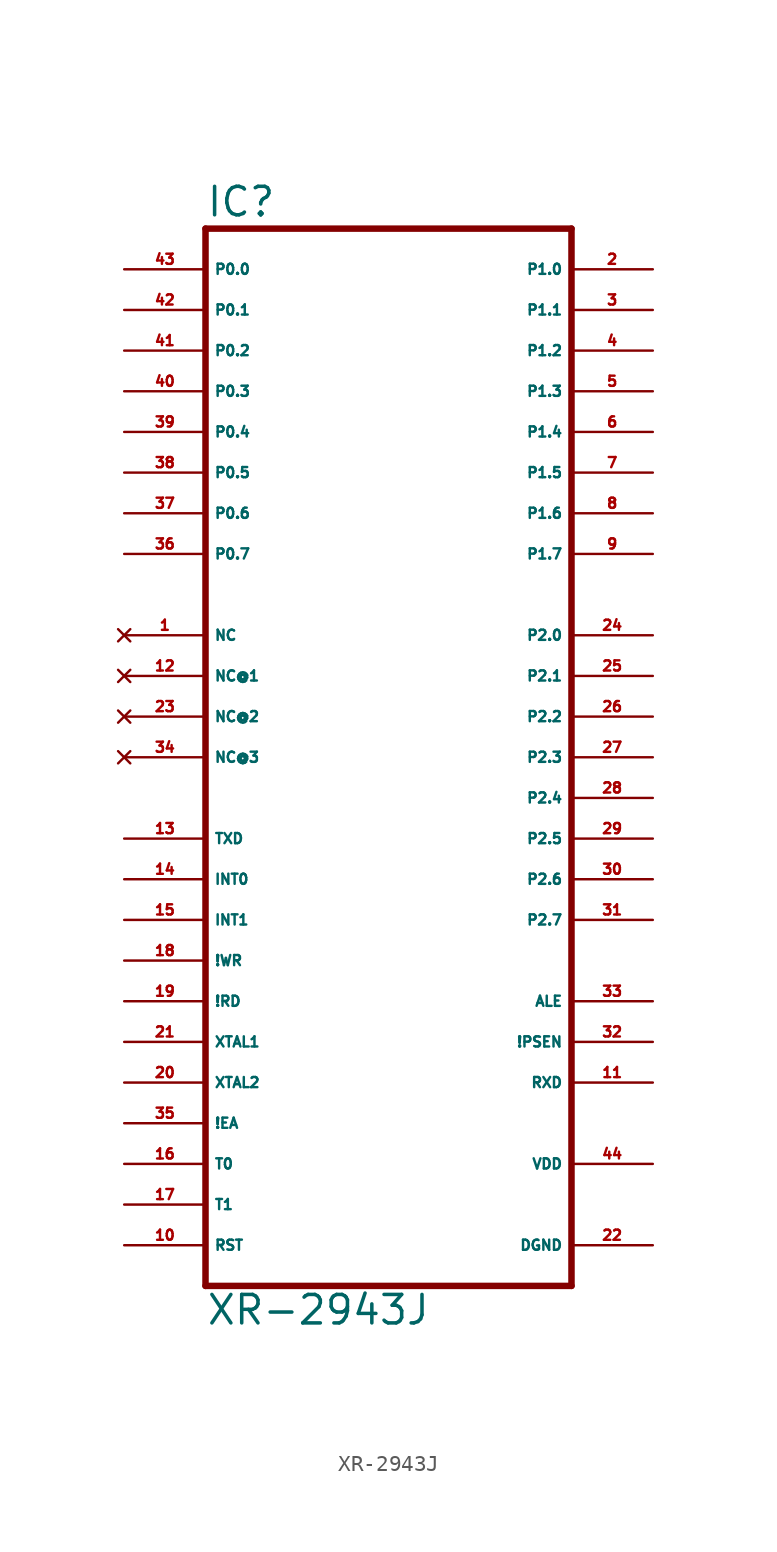
<source format=kicad_sym>
(kicad_symbol_lib
  (version 20220914)
  (generator Eagle2Kicad)
  (symbol "XR-2943J"
    (property "Reference" "IC"
      (at -12.7 31.115 0)
      (effects (font (size 1.778 1.778) (thickness 0.22)) (justify left bottom)))
    (property "Value" "XR-2943J"
      (at -12.7 -38.1 0)
      (effects (font (size 1.778 1.778) (thickness 0.22)) (justify left bottom)))
    (polyline
      (pts (xy -12.7 30.48) (xy 10.16 30.48))
      (stroke (width 0.406) (type default))
      (fill (type none)))
    (polyline
      (pts (xy 10.16 30.48) (xy 10.16 -35.56))
      (stroke (width 0.406) (type default))
      (fill (type none)))
    (polyline
      (pts (xy 10.16 -35.56) (xy -12.7 -35.56))
      (stroke (width 0.406) (type default))
      (fill (type none)))
    (polyline
      (pts (xy -12.7 -35.56) (xy -12.7 30.48))
      (stroke (width 0.406) (type default))
      (fill (type none)))
    (pin bidirectional line
      (at -17.78 27.94 0)
      (length 5.08)
      (name "P0.0" (effects (font (size 0.635 0.635) (thickness 0.08)) (justify left bottom)))
      (number "43" (effects (font (size 0.635 0.635) (thickness 0.08)) (justify left bottom))))
    (pin bidirectional line
      (at -17.78 25.4 0)
      (length 5.08)
      (name "P0.1" (effects (font (size 0.635 0.635) (thickness 0.08)) (justify left bottom)))
      (number "42" (effects (font (size 0.635 0.635) (thickness 0.08)) (justify left bottom))))
    (pin bidirectional line
      (at -17.78 22.86 0)
      (length 5.08)
      (name "P0.2" (effects (font (size 0.635 0.635) (thickness 0.08)) (justify left bottom)))
      (number "41" (effects (font (size 0.635 0.635) (thickness 0.08)) (justify left bottom))))
    (pin bidirectional line
      (at -17.78 20.32 0)
      (length 5.08)
      (name "P0.3" (effects (font (size 0.635 0.635) (thickness 0.08)) (justify left bottom)))
      (number "40" (effects (font (size 0.635 0.635) (thickness 0.08)) (justify left bottom))))
    (pin bidirectional line
      (at -17.78 17.78 0)
      (length 5.08)
      (name "P0.4" (effects (font (size 0.635 0.635) (thickness 0.08)) (justify left bottom)))
      (number "39" (effects (font (size 0.635 0.635) (thickness 0.08)) (justify left bottom))))
    (pin bidirectional line
      (at -17.78 15.24 0)
      (length 5.08)
      (name "P0.5" (effects (font (size 0.635 0.635) (thickness 0.08)) (justify left bottom)))
      (number "38" (effects (font (size 0.635 0.635) (thickness 0.08)) (justify left bottom))))
    (pin bidirectional line
      (at -17.78 12.7 0)
      (length 5.08)
      (name "P0.6" (effects (font (size 0.635 0.635) (thickness 0.08)) (justify left bottom)))
      (number "37" (effects (font (size 0.635 0.635) (thickness 0.08)) (justify left bottom))))
    (pin bidirectional line
      (at -17.78 10.16 0)
      (length 5.08)
      (name "P0.7" (effects (font (size 0.635 0.635) (thickness 0.08)) (justify left bottom)))
      (number "36" (effects (font (size 0.635 0.635) (thickness 0.08)) (justify left bottom))))
    (pin bidirectional line
      (at 15.24 25.4 180)
      (length 5.08)
      (name "P1.1" (effects (font (size 0.635 0.635) (thickness 0.08)) (justify left bottom)))
      (number "3" (effects (font (size 0.635 0.635) (thickness 0.08)) (justify left bottom))))
    (pin bidirectional line
      (at 15.24 22.86 180)
      (length 5.08)
      (name "P1.2" (effects (font (size 0.635 0.635) (thickness 0.08)) (justify left bottom)))
      (number "4" (effects (font (size 0.635 0.635) (thickness 0.08)) (justify left bottom))))
    (pin bidirectional line
      (at 15.24 20.32 180)
      (length 5.08)
      (name "P1.3" (effects (font (size 0.635 0.635) (thickness 0.08)) (justify left bottom)))
      (number "5" (effects (font (size 0.635 0.635) (thickness 0.08)) (justify left bottom))))
    (pin bidirectional line
      (at 15.24 17.78 180)
      (length 5.08)
      (name "P1.4" (effects (font (size 0.635 0.635) (thickness 0.08)) (justify left bottom)))
      (number "6" (effects (font (size 0.635 0.635) (thickness 0.08)) (justify left bottom))))
    (pin bidirectional line
      (at 15.24 15.24 180)
      (length 5.08)
      (name "P1.5" (effects (font (size 0.635 0.635) (thickness 0.08)) (justify left bottom)))
      (number "7" (effects (font (size 0.635 0.635) (thickness 0.08)) (justify left bottom))))
    (pin bidirectional line
      (at 15.24 12.7 180)
      (length 5.08)
      (name "P1.6" (effects (font (size 0.635 0.635) (thickness 0.08)) (justify left bottom)))
      (number "8" (effects (font (size 0.635 0.635) (thickness 0.08)) (justify left bottom))))
    (pin bidirectional line
      (at 15.24 10.16 180)
      (length 5.08)
      (name "P1.7" (effects (font (size 0.635 0.635) (thickness 0.08)) (justify left bottom)))
      (number "9" (effects (font (size 0.635 0.635) (thickness 0.08)) (justify left bottom))))
    (pin bidirectional line
      (at 15.24 27.94 180)
      (length 5.08)
      (name "P1.0" (effects (font (size 0.635 0.635) (thickness 0.08)) (justify left bottom)))
      (number "2" (effects (font (size 0.635 0.635) (thickness 0.08)) (justify left bottom))))
    (pin input line
      (at -17.78 -7.62 0)
      (length 5.08)
      (name "TXD" (effects (font (size 0.635 0.635) (thickness 0.08)) (justify left bottom)))
      (number "13" (effects (font (size 0.635 0.635) (thickness 0.08)) (justify left bottom))))
    (pin input line
      (at -17.78 -10.16 0)
      (length 5.08)
      (name "INT0" (effects (font (size 0.635 0.635) (thickness 0.08)) (justify left bottom)))
      (number "14" (effects (font (size 0.635 0.635) (thickness 0.08)) (justify left bottom))))
    (pin input line
      (at -17.78 -12.7 0)
      (length 5.08)
      (name "INT1" (effects (font (size 0.635 0.635) (thickness 0.08)) (justify left bottom)))
      (number "15" (effects (font (size 0.635 0.635) (thickness 0.08)) (justify left bottom))))
    (pin input line
      (at -17.78 -15.24 0)
      (length 5.08)
      (name "!WR" (effects (font (size 0.635 0.635) (thickness 0.08)) (justify left bottom)))
      (number "18" (effects (font (size 0.635 0.635) (thickness 0.08)) (justify left bottom))))
    (pin input line
      (at -17.78 -17.78 0)
      (length 5.08)
      (name "!RD" (effects (font (size 0.635 0.635) (thickness 0.08)) (justify left bottom)))
      (number "19" (effects (font (size 0.635 0.635) (thickness 0.08)) (justify left bottom))))
    (pin input line
      (at -17.78 -20.32 0)
      (length 5.08)
      (name "XTAL1" (effects (font (size 0.635 0.635) (thickness 0.08)) (justify left bottom)))
      (number "21" (effects (font (size 0.635 0.635) (thickness 0.08)) (justify left bottom))))
    (pin input line
      (at -17.78 -22.86 0)
      (length 5.08)
      (name "XTAL2" (effects (font (size 0.635 0.635) (thickness 0.08)) (justify left bottom)))
      (number "20" (effects (font (size 0.635 0.635) (thickness 0.08)) (justify left bottom))))
    (pin output line
      (at 15.24 -20.32 180)
      (length 5.08)
      (name "!PSEN" (effects (font (size 0.635 0.635) (thickness 0.08)) (justify left bottom)))
      (number "32" (effects (font (size 0.635 0.635) (thickness 0.08)) (justify left bottom))))
    (pin output line
      (at 15.24 -17.78 180)
      (length 5.08)
      (name "ALE" (effects (font (size 0.635 0.635) (thickness 0.08)) (justify left bottom)))
      (number "33" (effects (font (size 0.635 0.635) (thickness 0.08)) (justify left bottom))))
    (pin input line
      (at -17.78 -25.4 0)
      (length 5.08)
      (name "!EA" (effects (font (size 0.635 0.635) (thickness 0.08)) (justify left bottom)))
      (number "35" (effects (font (size 0.635 0.635) (thickness 0.08)) (justify left bottom))))
    (pin bidirectional line
      (at 15.24 5.08 180)
      (length 5.08)
      (name "P2.0" (effects (font (size 0.635 0.635) (thickness 0.08)) (justify left bottom)))
      (number "24" (effects (font (size 0.635 0.635) (thickness 0.08)) (justify left bottom))))
    (pin bidirectional line
      (at 15.24 2.54 180)
      (length 5.08)
      (name "P2.1" (effects (font (size 0.635 0.635) (thickness 0.08)) (justify left bottom)))
      (number "25" (effects (font (size 0.635 0.635) (thickness 0.08)) (justify left bottom))))
    (pin bidirectional line
      (at 15.24 0 180)
      (length 5.08)
      (name "P2.2" (effects (font (size 0.635 0.635) (thickness 0.08)) (justify left bottom)))
      (number "26" (effects (font (size 0.635 0.635) (thickness 0.08)) (justify left bottom))))
    (pin bidirectional line
      (at 15.24 -2.54 180)
      (length 5.08)
      (name "P2.3" (effects (font (size 0.635 0.635) (thickness 0.08)) (justify left bottom)))
      (number "27" (effects (font (size 0.635 0.635) (thickness 0.08)) (justify left bottom))))
    (pin bidirectional line
      (at 15.24 -5.08 180)
      (length 5.08)
      (name "P2.4" (effects (font (size 0.635 0.635) (thickness 0.08)) (justify left bottom)))
      (number "28" (effects (font (size 0.635 0.635) (thickness 0.08)) (justify left bottom))))
    (pin bidirectional line
      (at 15.24 -7.62 180)
      (length 5.08)
      (name "P2.5" (effects (font (size 0.635 0.635) (thickness 0.08)) (justify left bottom)))
      (number "29" (effects (font (size 0.635 0.635) (thickness 0.08)) (justify left bottom))))
    (pin bidirectional line
      (at 15.24 -10.16 180)
      (length 5.08)
      (name "P2.6" (effects (font (size 0.635 0.635) (thickness 0.08)) (justify left bottom)))
      (number "30" (effects (font (size 0.635 0.635) (thickness 0.08)) (justify left bottom))))
    (pin bidirectional line
      (at 15.24 -12.7 180)
      (length 5.08)
      (name "P2.7" (effects (font (size 0.635 0.635) (thickness 0.08)) (justify left bottom)))
      (number "31" (effects (font (size 0.635 0.635) (thickness 0.08)) (justify left bottom))))
    (pin input line
      (at -17.78 -27.94 0)
      (length 5.08)
      (name "T0" (effects (font (size 0.635 0.635) (thickness 0.08)) (justify left bottom)))
      (number "16" (effects (font (size 0.635 0.635) (thickness 0.08)) (justify left bottom))))
    (pin input line
      (at -17.78 -30.48 0)
      (length 5.08)
      (name "T1" (effects (font (size 0.635 0.635) (thickness 0.08)) (justify left bottom)))
      (number "17" (effects (font (size 0.635 0.635) (thickness 0.08)) (justify left bottom))))
    (pin unspecified line
      (at 15.24 -27.94 180)
      (length 5.08)
      (name "VDD" (effects (font (size 0.635 0.635) (thickness 0.08)) (justify left bottom)))
      (number "44" (effects (font (size 0.635 0.635) (thickness 0.08)) (justify left bottom))))
    (pin unspecified line
      (at 15.24 -33.02 180)
      (length 5.08)
      (name "DGND" (effects (font (size 0.635 0.635) (thickness 0.08)) (justify left bottom)))
      (number "22" (effects (font (size 0.635 0.635) (thickness 0.08)) (justify left bottom))))
    (pin input line
      (at -17.78 -33.02 0)
      (length 5.08)
      (name "RST" (effects (font (size 0.635 0.635) (thickness 0.08)) (justify left bottom)))
      (number "10" (effects (font (size 0.635 0.635) (thickness 0.08)) (justify left bottom))))
    (pin output line
      (at 15.24 -22.86 180)
      (length 5.08)
      (name "RXD" (effects (font (size 0.635 0.635) (thickness 0.08)) (justify left bottom)))
      (number "11" (effects (font (size 0.635 0.635) (thickness 0.08)) (justify left bottom))))
    (pin no_connect line
      (at -17.78 5.08 0)
      (length 5.08)
      (name "NC" (effects (font (size 0.635 0.635) (thickness 0.08)) (justify left bottom) hide))
      (number "1" (effects (font (size 0.635 0.635) (thickness 0.08)) (justify left bottom) hide)))
    (pin no_connect line
      (at -17.78 2.54 0)
      (length 5.08)
      (name "NC@1" (effects (font (size 0.635 0.635) (thickness 0.08)) (justify left bottom) hide))
      (number "12" (effects (font (size 0.635 0.635) (thickness 0.08)) (justify left bottom) hide)))
    (pin no_connect line
      (at -17.78 0 0)
      (length 5.08)
      (name "NC@2" (effects (font (size 0.635 0.635) (thickness 0.08)) (justify left bottom) hide))
      (number "23" (effects (font (size 0.635 0.635) (thickness 0.08)) (justify left bottom) hide)))
    (pin no_connect line
      (at -17.78 -2.54 0)
      (length 5.08)
      (name "NC@3" (effects (font (size 0.635 0.635) (thickness 0.08)) (justify left bottom) hide))
      (number "34" (effects (font (size 0.635 0.635) (thickness 0.08)) (justify left bottom) hide)))))
</source>
